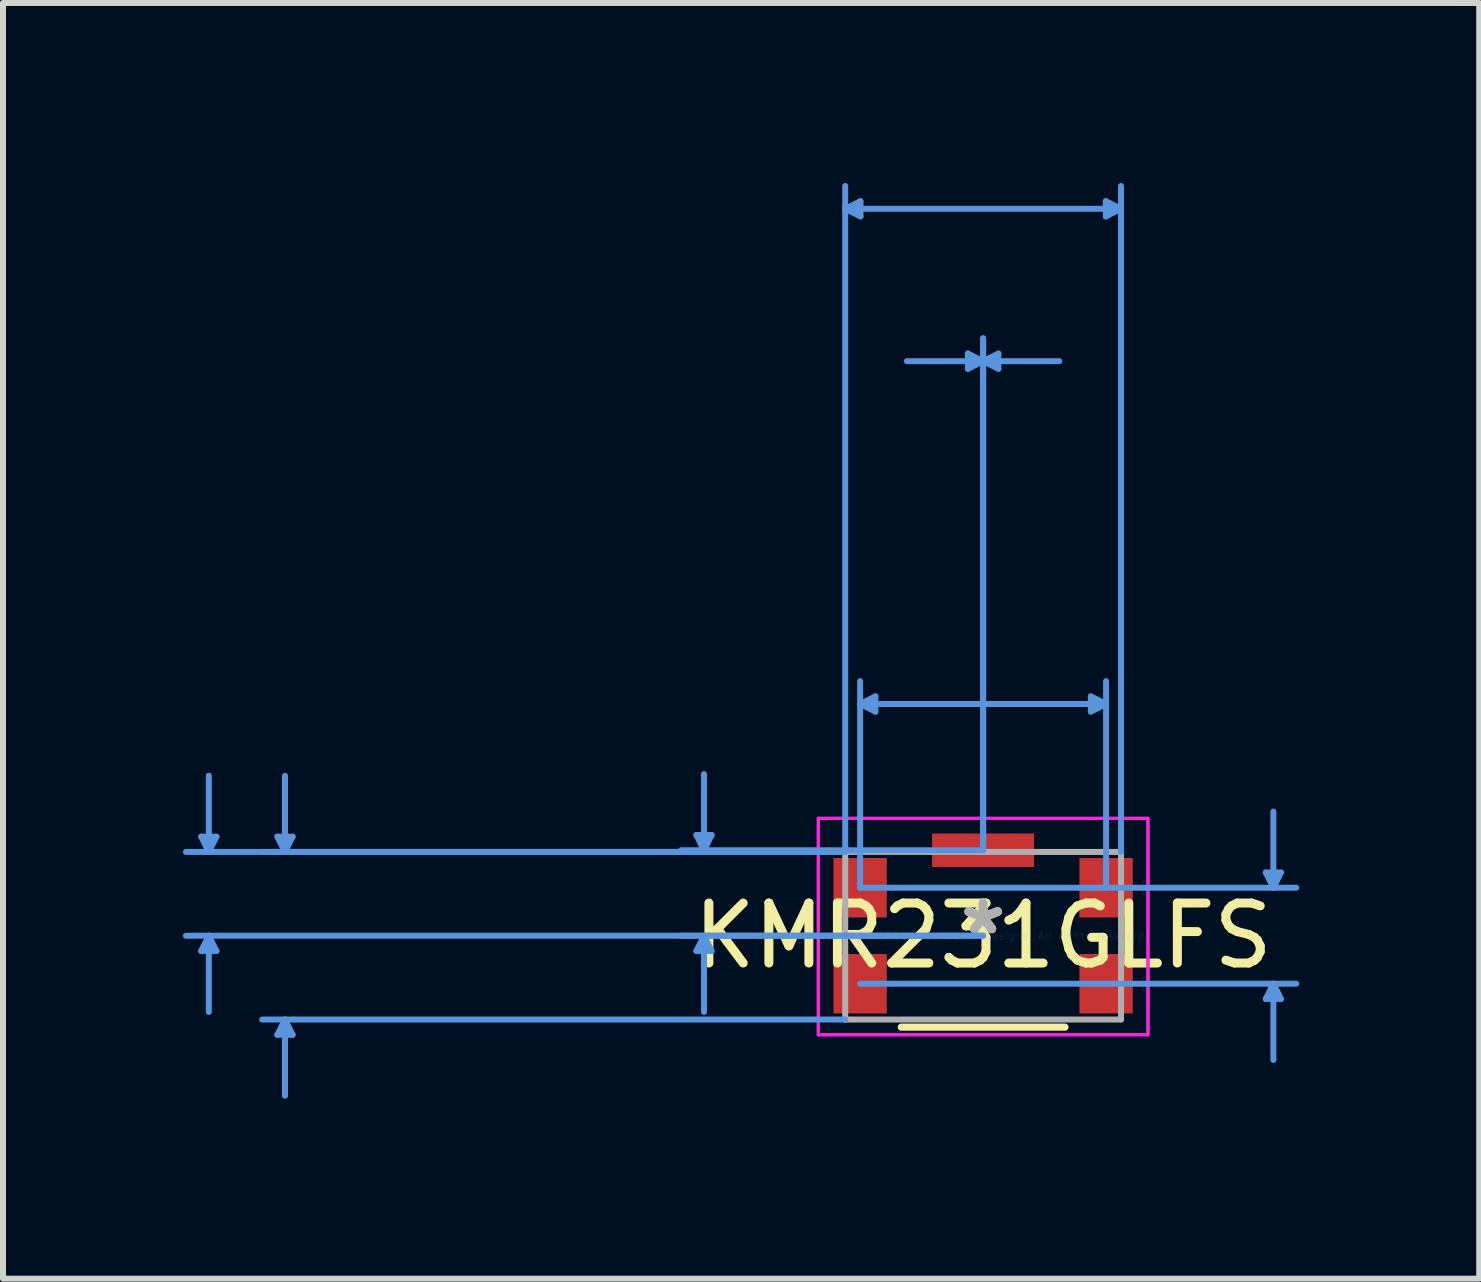
<source format=kicad_pcb>
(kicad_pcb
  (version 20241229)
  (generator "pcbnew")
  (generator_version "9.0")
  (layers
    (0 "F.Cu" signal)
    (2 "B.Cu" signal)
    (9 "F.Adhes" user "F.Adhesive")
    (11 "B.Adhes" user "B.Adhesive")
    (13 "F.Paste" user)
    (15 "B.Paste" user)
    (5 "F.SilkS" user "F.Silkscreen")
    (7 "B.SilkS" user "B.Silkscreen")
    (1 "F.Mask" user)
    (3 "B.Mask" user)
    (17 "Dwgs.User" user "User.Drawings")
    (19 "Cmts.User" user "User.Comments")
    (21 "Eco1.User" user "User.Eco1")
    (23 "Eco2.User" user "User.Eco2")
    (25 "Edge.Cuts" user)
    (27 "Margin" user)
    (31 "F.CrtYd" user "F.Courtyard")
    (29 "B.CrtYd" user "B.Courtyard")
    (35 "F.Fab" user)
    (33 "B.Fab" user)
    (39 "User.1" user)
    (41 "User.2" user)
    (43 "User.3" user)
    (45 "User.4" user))
  (footprint "KMR231GLFS"
    (layer "F.Cu")
    (at 13.339 12.549)
    (property "Reference" "KMR231GLFS" (at 0 0 0) (layer "F.SilkS") (effects (font (size 1 1) (thickness 0.15))))
    (attr through_hole)
    (fp_line (start -1.364 1.524) (end 1.364 1.524) (stroke (width 0.12) (type solid)) (layer "F.SilkS"))
    (fp_line (start -13.035 -1.651) (end -12.781 -1.651) (stroke (width 0.1) (type solid)) (layer "Cmts.User"))
    (fp_line (start -13.035 0.254) (end -12.781 0.254) (stroke (width 0.1) (type solid)) (layer "Cmts.User"))
    (fp_line (start -12.908 -1.397) (end -13.035 -1.651) (stroke (width 0.1) (type solid)) (layer "Cmts.User"))
    (fp_line (start -12.908 -1.397) (end -12.908 -2.667) (stroke (width 0.1) (type solid)) (layer "Cmts.User"))
    (fp_line (start -12.908 -1.397) (end -12.781 -1.651) (stroke (width 0.1) (type solid)) (layer "Cmts.User"))
    (fp_line (start -12.908 0) (end -13.035 0.254) (stroke (width 0.1) (type solid)) (layer "Cmts.User"))
    (fp_line (start -12.908 0) (end -12.908 1.27) (stroke (width 0.1) (type solid)) (layer "Cmts.User"))
    (fp_line (start -12.908 0) (end -12.781 0.254) (stroke (width 0.1) (type solid)) (layer "Cmts.User"))
    (fp_line (start -11.765 -1.651) (end -11.511 -1.651) (stroke (width 0.1) (type solid)) (layer "Cmts.User"))
    (fp_line (start -11.765 1.651) (end -11.511 1.651) (stroke (width 0.1) (type solid)) (layer "Cmts.User"))
    (fp_line (start -11.638 -1.397) (end -11.765 -1.651) (stroke (width 0.1) (type solid)) (layer "Cmts.User"))
    (fp_line (start -11.638 -1.397) (end -11.638 -2.667) (stroke (width 0.1) (type solid)) (layer "Cmts.User"))
    (fp_line (start -11.638 -1.397) (end -11.511 -1.651) (stroke (width 0.1) (type solid)) (layer "Cmts.User"))
    (fp_line (start -11.638 1.397) (end -11.765 1.651) (stroke (width 0.1) (type solid)) (layer "Cmts.User"))
    (fp_line (start -11.638 1.397) (end -11.638 2.667) (stroke (width 0.1) (type solid)) (layer "Cmts.User"))
    (fp_line (start -11.638 1.397) (end -11.511 1.651) (stroke (width 0.1) (type solid)) (layer "Cmts.User"))
    (fp_line (start -4.78 -1.679) (end -4.526 -1.679) (stroke (width 0.1) (type solid)) (layer "Cmts.User"))
    (fp_line (start -4.78 0.254) (end -4.526 0.254) (stroke (width 0.1) (type solid)) (layer "Cmts.User"))
    (fp_line (start -4.653 -1.425) (end -4.78 -1.679) (stroke (width 0.1) (type solid)) (layer "Cmts.User"))
    (fp_line (start -4.653 -1.425) (end -4.653 -2.695) (stroke (width 0.1) (type solid)) (layer "Cmts.User"))
    (fp_line (start -4.653 -1.425) (end -4.526 -1.679) (stroke (width 0.1) (type solid)) (layer "Cmts.User"))
    (fp_line (start -4.653 0) (end -4.78 0.254) (stroke (width 0.1) (type solid)) (layer "Cmts.User"))
    (fp_line (start -4.653 0) (end -4.653 1.27) (stroke (width 0.1) (type solid)) (layer "Cmts.User"))
    (fp_line (start -4.653 0) (end -4.526 0.254) (stroke (width 0.1) (type solid)) (layer "Cmts.User"))
    (fp_line (start -2.299 -12.118) (end -2.045 -12.245) (stroke (width 0.1) (type solid)) (layer "Cmts.User"))
    (fp_line (start -2.299 -12.118) (end -2.045 -11.991) (stroke (width 0.1) (type solid)) (layer "Cmts.User"))
    (fp_line (start -2.299 -12.118) (end 2.299 -12.118) (stroke (width 0.1) (type solid)) (layer "Cmts.User"))
    (fp_line (start -2.299 -1.397) (end -13.289 -1.397) (stroke (width 0.1) (type solid)) (layer "Cmts.User"))
    (fp_line (start -2.299 -1.397) (end -12.019 -1.397) (stroke (width 0.1) (type solid)) (layer "Cmts.User"))
    (fp_line (start -2.299 -1.397) (end -2.299 -12.499) (stroke (width 0.1) (type solid)) (layer "Cmts.User"))
    (fp_line (start -2.299 1.397) (end -12.019 1.397) (stroke (width 0.1) (type solid)) (layer "Cmts.User"))
    (fp_line (start -2.05 -3.863) (end -1.796 -3.99) (stroke (width 0.1) (type solid)) (layer "Cmts.User"))
    (fp_line (start -2.05 -3.863) (end -1.796 -3.736) (stroke (width 0.1) (type solid)) (layer "Cmts.User"))
    (fp_line (start -2.05 -3.863) (end 2.05 -3.863) (stroke (width 0.1) (type solid)) (layer "Cmts.User"))
    (fp_line (start -2.05 -0.8) (end -2.05 -4.244) (stroke (width 0.1) (type solid)) (layer "Cmts.User"))
    (fp_line (start -2.05 -0.8) (end 5.22 -0.8) (stroke (width 0.1) (type solid)) (layer "Cmts.User"))
    (fp_line (start -2.05 0.8) (end 5.22 0.8) (stroke (width 0.1) (type solid)) (layer "Cmts.User"))
    (fp_line (start -2.045 -12.245) (end -2.045 -11.991) (stroke (width 0.1) (type solid)) (layer "Cmts.User"))
    (fp_line (start -1.796 -3.99) (end -1.796 -3.736) (stroke (width 0.1) (type solid)) (layer "Cmts.User"))
    (fp_line (start -0.254 -9.705) (end -0.254 -9.451) (stroke (width 0.1) (type solid)) (layer "Cmts.User"))
    (fp_line (start 0 -9.578) (end -1.27 -9.578) (stroke (width 0.1) (type solid)) (layer "Cmts.User"))
    (fp_line (start 0 -9.578) (end -0.254 -9.705) (stroke (width 0.1) (type solid)) (layer "Cmts.User"))
    (fp_line (start 0 -9.578) (end -0.254 -9.451) (stroke (width 0.1) (type solid)) (layer "Cmts.User"))
    (fp_line (start 0 -9.578) (end 0.254 -9.705) (stroke (width 0.1) (type solid)) (layer "Cmts.User"))
    (fp_line (start 0 -9.578) (end 0.254 -9.451) (stroke (width 0.1) (type solid)) (layer "Cmts.User"))
    (fp_line (start 0 -9.578) (end 1.27 -9.578) (stroke (width 0.1) (type solid)) (layer "Cmts.User"))
    (fp_line (start 0 -1.425) (end -5.034 -1.425) (stroke (width 0.1) (type solid)) (layer "Cmts.User"))
    (fp_line (start 0 -1.425) (end 0 -9.959) (stroke (width 0.1) (type solid)) (layer "Cmts.User"))
    (fp_line (start 0 -1.425) (end 0 -9.959) (stroke (width 0.1) (type solid)) (layer "Cmts.User"))
    (fp_line (start 0 0) (end -13.289 0) (stroke (width 0.1) (type solid)) (layer "Cmts.User"))
    (fp_line (start 0 0) (end -5.034 0) (stroke (width 0.1) (type solid)) (layer "Cmts.User"))
    (fp_line (start 0.254 -9.705) (end 0.254 -9.451) (stroke (width 0.1) (type solid)) (layer "Cmts.User"))
    (fp_line (start 1.796 -3.99) (end 1.796 -3.736) (stroke (width 0.1) (type solid)) (layer "Cmts.User"))
    (fp_line (start 2.045 -12.245) (end 2.045 -11.991) (stroke (width 0.1) (type solid)) (layer "Cmts.User"))
    (fp_line (start 2.05 -3.863) (end 1.796 -3.99) (stroke (width 0.1) (type solid)) (layer "Cmts.User"))
    (fp_line (start 2.05 -3.863) (end 1.796 -3.736) (stroke (width 0.1) (type solid)) (layer "Cmts.User"))
    (fp_line (start 2.05 -0.8) (end 2.05 -4.244) (stroke (width 0.1) (type solid)) (layer "Cmts.User"))
    (fp_line (start 2.299 -12.118) (end 2.045 -12.245) (stroke (width 0.1) (type solid)) (layer "Cmts.User"))
    (fp_line (start 2.299 -12.118) (end 2.045 -11.991) (stroke (width 0.1) (type solid)) (layer "Cmts.User"))
    (fp_line (start 2.299 -1.397) (end 2.299 -12.499) (stroke (width 0.1) (type solid)) (layer "Cmts.User"))
    (fp_line (start 4.712 -1.054) (end 4.966 -1.054) (stroke (width 0.1) (type solid)) (layer "Cmts.User"))
    (fp_line (start 4.712 1.054) (end 4.966 1.054) (stroke (width 0.1) (type solid)) (layer "Cmts.User"))
    (fp_line (start 4.839 -0.8) (end 4.712 -1.054) (stroke (width 0.1) (type solid)) (layer "Cmts.User"))
    (fp_line (start 4.839 -0.8) (end 4.839 -2.07) (stroke (width 0.1) (type solid)) (layer "Cmts.User"))
    (fp_line (start 4.839 -0.8) (end 4.966 -1.054) (stroke (width 0.1) (type solid)) (layer "Cmts.User"))
    (fp_line (start 4.839 0.8) (end 4.712 1.054) (stroke (width 0.1) (type solid)) (layer "Cmts.User"))
    (fp_line (start 4.839 0.8) (end 4.839 2.07) (stroke (width 0.1) (type solid)) (layer "Cmts.User"))
    (fp_line (start 4.839 0.8) (end 4.966 1.054) (stroke (width 0.1) (type solid)) (layer "Cmts.User"))
    (fp_line (start -2.748 -1.958) (end -2.748 1.651) (stroke (width 0.05) (type solid)) (layer "F.CrtYd"))
    (fp_line (start -2.748 -1.958) (end -2.748 1.651) (stroke (width 0.05) (type solid)) (layer "F.CrtYd"))
    (fp_line (start -2.748 1.651) (end 2.748 1.651) (stroke (width 0.05) (type solid)) (layer "F.CrtYd"))
    (fp_line (start -2.748 1.651) (end 2.748 1.651) (stroke (width 0.05) (type solid)) (layer "F.CrtYd"))
    (fp_line (start 2.748 -1.958) (end -2.748 -1.958) (stroke (width 0.05) (type solid)) (layer "F.CrtYd"))
    (fp_line (start 2.748 -1.958) (end -2.748 -1.958) (stroke (width 0.05) (type solid)) (layer "F.CrtYd"))
    (fp_line (start 2.748 1.651) (end 2.748 -1.958) (stroke (width 0.05) (type solid)) (layer "F.CrtYd"))
    (fp_line (start 2.748 1.651) (end 2.748 -1.958) (stroke (width 0.05) (type solid)) (layer "F.CrtYd"))
    (fp_line (start -2.299 -1.397) (end -2.299 1.397) (stroke (width 0.1) (type solid)) (layer "F.Fab"))
    (fp_line (start -2.299 1.397) (end 2.299 1.397) (stroke (width 0.1) (type solid)) (layer "F.Fab"))
    (fp_line (start 2.299 -1.397) (end -2.299 -1.397) (stroke (width 0.1) (type solid)) (layer "F.Fab"))
    (fp_line (start 2.299 1.397) (end 2.299 -1.397) (stroke (width 0.1) (type solid)) (layer "F.Fab"))
    (fp_text user "*" (at 0 0 0) (layer "F.SilkS") (effects (font (size 1 1) (thickness 0.15))))
    (fp_text user "Copyright 2021 Accelerated Designs. All rights reserved." (at 0 0 0) (layer "Cmts.User") (effects (font (size 0.127 0.127) (thickness 0.002))))
    (fp_text user "*" (at 0 0 0) (layer "F.Fab") (effects (font (size 1 1) (thickness 0.15))))
    (pad "1" smd rect (at -2.05 -0.8) (size 0.889 0.991) (layers "F.Cu" "F.Mask" "F.Paste"))
    (pad "2" smd rect (at -2.05 0.8) (size 0.889 0.991) (layers "F.Cu" "F.Mask" "F.Paste"))
    (pad "3" smd rect (at 2.05 -0.8) (size 0.889 0.991) (layers "F.Cu" "F.Mask" "F.Paste"))
    (pad "4" smd rect (at 2.05 0.8) (size 0.889 0.991) (layers "F.Cu" "F.Mask" "F.Paste"))
    (pad "5" smd rect (at 0 -1.425) (size 1.702 0.559) (layers "F.Cu" "F.Mask" "F.Paste")))
  (gr_rect
    (start -3 -3)
    (end 21.609 18.266)
    (stroke (width 0.1) (type default))
    (fill no)
    (layer "Edge.Cuts")))
</source>
